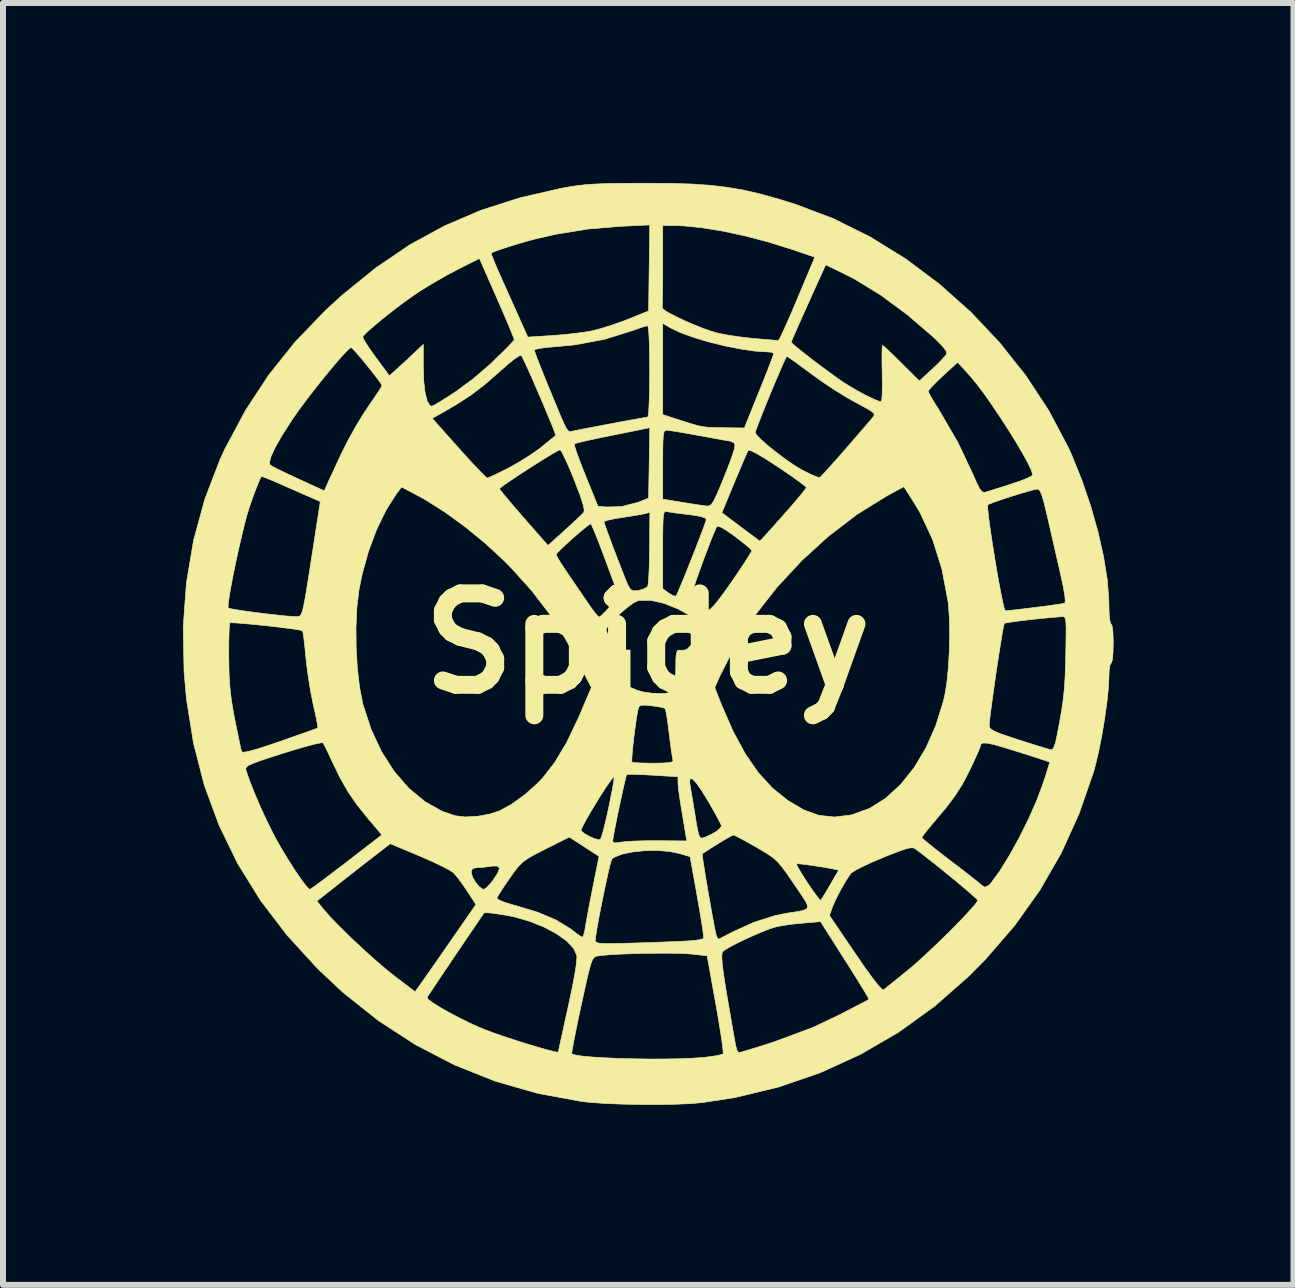
<source format=kicad_pcb>
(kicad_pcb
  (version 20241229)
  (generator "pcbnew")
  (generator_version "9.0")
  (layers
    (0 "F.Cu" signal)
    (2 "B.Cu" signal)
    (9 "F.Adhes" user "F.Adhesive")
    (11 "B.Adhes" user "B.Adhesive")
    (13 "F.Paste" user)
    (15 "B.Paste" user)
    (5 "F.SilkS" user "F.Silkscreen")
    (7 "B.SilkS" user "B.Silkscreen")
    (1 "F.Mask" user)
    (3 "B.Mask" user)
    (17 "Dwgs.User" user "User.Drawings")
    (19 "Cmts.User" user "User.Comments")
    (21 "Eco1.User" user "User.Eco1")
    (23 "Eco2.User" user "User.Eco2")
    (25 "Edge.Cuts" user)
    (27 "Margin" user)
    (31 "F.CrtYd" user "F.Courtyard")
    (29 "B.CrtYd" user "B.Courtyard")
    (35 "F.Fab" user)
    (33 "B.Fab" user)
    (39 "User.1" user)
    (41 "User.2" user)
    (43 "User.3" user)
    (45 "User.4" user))
  (footprint "Spidey"
    (layer "F.Cu")
    (at 7.745 7.678)
    (property "Reference" "Spidey" (at 0 0 0) (layer "F.SilkS") (effects (font (size 1.524 1.524) (thickness 0.3))))
    (attr through_hole)
    (fp_poly (pts (xy 0.389 -7.671) (xy 0.74 -7.66) (xy 1.049 -7.639) (xy 1.333 -7.605) (xy 1.606 -7.558) (xy 1.885 -7.493) (xy 2.186 -7.409) (xy 2.466 -7.322) (xy 3.097 -7.084) (xy 3.711 -6.779) (xy 4.302 -6.414) (xy 4.863 -5.994) (xy 5.39 -5.525) (xy 5.874 -5.012) (xy 6.31 -4.462) (xy 6.692 -3.88) (xy 7.014 -3.271) (xy 7.078 -3.129) (xy 7.244 -2.716) (xy 7.39 -2.288) (xy 7.511 -1.859) (xy 7.604 -1.444) (xy 7.666 -1.058) (xy 7.692 -0.715) (xy 7.692 -0.662) (xy 7.696 -0.503) (xy 7.707 -0.389) (xy 7.722 -0.331) (xy 7.729 -0.327) (xy 7.746 -0.292) (xy 7.759 -0.197) (xy 7.765 -0.054) (xy 7.765 0) (xy 7.761 0.156) (xy 7.751 0.268) (xy 7.735 0.323) (xy 7.729 0.327) (xy 7.71 0.36) (xy 7.697 0.448) (xy 7.693 0.557) (xy 7.684 0.745) (xy 7.659 0.983) (xy 7.622 1.251) (xy 7.575 1.529) (xy 7.523 1.795) (xy 7.467 2.031) (xy 7.439 2.135) (xy 7.196 2.836) (xy 6.898 3.494) (xy 6.54 4.115) (xy 6.121 4.703) (xy 5.636 5.264) (xy 5.347 5.555) (xy 4.784 6.05) (xy 4.184 6.482) (xy 3.549 6.851) (xy 2.881 7.156) (xy 2.182 7.396) (xy 1.455 7.571) (xy 0.908 7.655) (xy 0.713 7.672) (xy 0.465 7.682) (xy 0.18 7.687) (xy -0.121 7.686) (xy -0.422 7.68) (xy -0.703 7.669) (xy -0.946 7.652) (xy -1.101 7.635) (xy -1.833 7.5) (xy -2.539 7.297) (xy -3.216 7.027) (xy -3.598 6.829) (xy -1.264 6.829) (xy -1.264 6.84) (xy -1.208 6.86) (xy -1.091 6.879) (xy -0.923 6.894) (xy -0.715 6.907) (xy -0.478 6.918) (xy -0.223 6.924) (xy 0.038 6.928) (xy 0.296 6.927) (xy 0.539 6.923) (xy 0.756 6.914) (xy 0.937 6.901) (xy 0.973 6.897) (xy 1.105 6.879) (xy 1.207 6.86) (xy 1.259 6.844) (xy 1.261 6.843) (xy 1.261 6.802) (xy 1.25 6.7) (xy 1.228 6.548) (xy 1.198 6.356) (xy 1.161 6.134) (xy 1.139 6.013) (xy 1 5.239) (xy 1.239 5.239) (xy 1.245 5.326) (xy 1.259 5.447) (xy 1.282 5.609) (xy 1.316 5.819) (xy 1.361 6.083) (xy 1.417 6.407) (xy 1.47 6.704) (xy 1.493 6.784) (xy 1.521 6.821) (xy 1.523 6.822) (xy 1.567 6.811) (xy 1.667 6.781) (xy 1.812 6.737) (xy 1.99 6.681) (xy 2.127 6.636) (xy 2.748 6.405) (xy 3.191 6.196) (xy 3.362 6.107) (xy 3.508 6.031) (xy 3.619 5.973) (xy 3.682 5.939) (xy 3.693 5.933) (xy 3.678 5.901) (xy 3.629 5.818) (xy 3.551 5.691) (xy 3.452 5.53) (xy 3.335 5.345) (xy 3.294 5.281) (xy 2.885 4.637) (xy 2.594 4.662) (xy 2.43 4.678) (xy 2.27 4.7) (xy 2.148 4.722) (xy 2.141 4.724) (xy 2.04 4.756) (xy 1.897 4.812) (xy 1.733 4.883) (xy 1.567 4.96) (xy 1.418 5.035) (xy 1.306 5.098) (xy 1.266 5.125) (xy 1.25 5.145) (xy 1.241 5.181) (xy 1.239 5.239) (xy 1 5.239) (xy 0.995 5.207) (xy 0.724 5.177) (xy 0.602 5.169) (xy 0.43 5.165) (xy 0.224 5.164) (xy -0.00044 5.166) (xy -0.228 5.171) (xy -0.442 5.179) (xy -0.627 5.189) (xy -0.768 5.201) (xy -0.838 5.211) (xy -0.869 5.22) (xy -0.895 5.239) (xy -0.919 5.277) (xy -0.944 5.342) (xy -0.972 5.443) (xy -1.008 5.589) (xy -1.052 5.789) (xy -1.105 6.029) (xy -1.154 6.259) (xy -1.196 6.464) (xy -1.23 6.635) (xy -1.253 6.76) (xy -1.264 6.829) (xy -3.598 6.829) (xy -3.865 6.691) (xy -4.484 6.289) (xy -4.973 5.9) (xy -3.675 5.9) (xy -3.655 5.933) (xy -3.581 5.989) (xy -3.464 6.063) (xy -3.317 6.147) (xy -3.151 6.235) (xy -2.978 6.321) (xy -2.809 6.398) (xy -2.704 6.441) (xy -2.565 6.493) (xy -2.398 6.551) (xy -2.215 6.611) (xy -2.029 6.67) (xy -1.852 6.723) (xy -1.697 6.768) (xy -1.577 6.799) (xy -1.504 6.814) (xy -1.488 6.812) (xy -1.48 6.776) (xy -1.459 6.679) (xy -1.427 6.532) (xy -1.386 6.346) (xy -1.339 6.131) (xy -1.323 6.059) (xy -1.261 5.768) (xy -1.215 5.53) (xy -1.187 5.351) (xy -1.177 5.233) (xy -1.179 5.199) (xy -1.234 5.08) (xy -1.351 4.957) (xy -1.365 4.947) (xy -0.871 4.947) (xy -0.867 4.969) (xy -0.851 4.985) (xy -0.812 4.996) (xy -0.743 5.002) (xy -0.633 5.003) (xy -0.474 5.001) (xy -0.257 4.995) (xy -0.1 4.99) (xy 0.138 4.982) (xy 0.358 4.974) (xy 0.547 4.966) (xy 0.694 4.958) (xy 0.784 4.951) (xy 0.796 4.95) (xy 0.884 4.935) (xy 0.934 4.92) (xy 0.936 4.918) (xy 0.935 4.879) (xy 0.922 4.78) (xy 0.9 4.633) (xy 0.869 4.448) (xy 0.832 4.237) (xy 0.831 4.228) (xy 0.71 3.554) (xy 0.549 3.506) (xy 0.913 3.506) (xy 0.915 3.542) (xy 0.928 3.637) (xy 0.95 3.775) (xy 0.977 3.945) (xy 1.009 4.132) (xy 1.043 4.324) (xy 1.075 4.507) (xy 1.105 4.667) (xy 1.129 4.791) (xy 1.146 4.866) (xy 1.148 4.873) (xy 1.174 4.923) (xy 1.191 4.928) (xy 1.234 4.906) (xy 1.321 4.861) (xy 1.414 4.812) (xy 1.768 4.651) (xy 2.119 4.539) (xy 2.137 4.535) (xy 3.034 4.535) (xy 3.464 5.17) (xy 3.622 5.399) (xy 3.751 5.577) (xy 3.847 5.7) (xy 3.91 5.766) (xy 3.934 5.776) (xy 3.975 5.743) (xy 4.061 5.674) (xy 4.181 5.578) (xy 4.321 5.463) (xy 4.36 5.432) (xy 4.482 5.328) (xy 4.627 5.196) (xy 4.786 5.047) (xy 4.949 4.889) (xy 5.108 4.731) (xy 5.252 4.583) (xy 5.372 4.454) (xy 5.459 4.354) (xy 5.505 4.292) (xy 5.508 4.286) (xy 5.484 4.257) (xy 5.413 4.191) (xy 5.305 4.098) (xy 5.171 3.985) (xy 5.02 3.861) (xy 4.864 3.734) (xy 4.711 3.613) (xy 4.573 3.505) (xy 4.46 3.42) (xy 4.425 3.406) (xy 4.371 3.409) (xy 4.287 3.43) (xy 4.162 3.475) (xy 3.985 3.544) (xy 3.92 3.571) (xy 3.744 3.646) (xy 3.589 3.718) (xy 3.47 3.78) (xy 3.4 3.824) (xy 3.39 3.833) (xy 3.313 3.948) (xy 3.225 4.099) (xy 3.144 4.255) (xy 3.086 4.386) (xy 3.081 4.399) (xy 3.034 4.535) (xy 2.137 4.535) (xy 2.31 4.499) (xy 2.479 4.473) (xy 2.594 4.452) (xy 2.656 4.424) (xy 2.671 4.379) (xy 2.639 4.304) (xy 2.565 4.19) (xy 2.452 4.024) (xy 2.444 4.012) (xy 2.331 3.846) (xy 2.244 3.727) (xy 2.198 3.673) (xy 2.483 3.673) (xy 2.495 3.708) (xy 2.539 3.786) (xy 2.604 3.891) (xy 2.68 4.008) (xy 2.757 4.121) (xy 2.824 4.213) (xy 2.872 4.271) (xy 2.886 4.282) (xy 2.908 4.253) (xy 2.956 4.175) (xy 3.021 4.065) (xy 3.042 4.03) (xy 3.187 3.778) (xy 3.09 3.758) (xy 2.972 3.736) (xy 2.835 3.714) (xy 2.699 3.694) (xy 2.582 3.679) (xy 2.505 3.672) (xy 2.483 3.673) (xy 2.198 3.673) (xy 2.169 3.639) (xy 2.091 3.569) (xy 1.995 3.504) (xy 1.868 3.428) (xy 1.814 3.396) (xy 1.67 3.315) (xy 1.55 3.249) (xy 1.523 3.235) (xy 4.573 3.235) (xy 4.6 3.264) (xy 4.676 3.328) (xy 4.791 3.421) (xy 4.936 3.534) (xy 5.063 3.631) (xy 5.227 3.756) (xy 5.369 3.866) (xy 5.481 3.955) (xy 5.553 4.014) (xy 5.574 4.034) (xy 5.625 4.063) (xy 5.693 4.031) (xy 5.722 4) (xy 5.875 3.79) (xy 6.037 3.528) (xy 6.2 3.233) (xy 6.354 2.923) (xy 6.489 2.617) (xy 6.589 2.349) (xy 6.639 2.199) (xy 6.677 2.077) (xy 6.7 1.999) (xy 6.704 1.976) (xy 6.668 1.964) (xy 6.575 1.933) (xy 6.437 1.888) (xy 6.265 1.833) (xy 6.159 1.8) (xy 5.936 1.731) (xy 5.773 1.685) (xy 5.662 1.662) (xy 5.594 1.659) (xy 5.56 1.676) (xy 5.552 1.705) (xy 5.537 1.749) (xy 5.497 1.843) (xy 5.437 1.974) (xy 5.371 2.114) (xy 5.255 2.338) (xy 5.128 2.538) (xy 4.973 2.743) (xy 4.882 2.851) (xy 4.767 2.987) (xy 4.671 3.103) (xy 4.604 3.189) (xy 4.573 3.232) (xy 4.573 3.235) (xy 1.523 3.235) (xy 1.465 3.206) (xy 1.433 3.193) (xy 1.392 3.211) (xy 1.306 3.26) (xy 1.192 3.328) (xy 1.065 3.407) (xy 0.941 3.488) (xy 0.913 3.506) (xy 0.549 3.506) (xy 0.53 3.501) (xy 0.358 3.466) (xy 0.159 3.451) (xy -0.05 3.455) (xy -0.25 3.476) (xy -0.423 3.512) (xy -0.552 3.563) (xy -0.593 3.592) (xy -0.609 3.635) (xy -0.635 3.735) (xy -0.668 3.878) (xy -0.706 4.052) (xy -0.745 4.242) (xy -0.784 4.434) (xy -0.818 4.614) (xy -0.846 4.77) (xy -0.864 4.886) (xy -0.871 4.947) (xy -1.365 4.947) (xy -1.518 4.838) (xy -1.725 4.728) (xy -1.961 4.633) (xy -2.216 4.559) (xy -2.334 4.535) (xy -2.489 4.51) (xy -2.617 4.493) (xy -2.701 4.489) (xy -2.725 4.493) (xy -2.75 4.528) (xy -2.808 4.613) (xy -2.893 4.738) (xy -2.997 4.891) (xy -3.113 5.063) (xy -3.235 5.242) (xy -3.354 5.419) (xy -3.464 5.583) (xy -3.558 5.724) (xy -3.629 5.83) (xy -3.67 5.892) (xy -3.675 5.9) (xy -4.973 5.9) (xy -5.071 5.823) (xy -5.497 5.423) (xy -6.01 4.862) (xy -6.443 4.294) (xy -5.512 4.294) (xy -5.407 4.424) (xy -5.293 4.555) (xy -5.135 4.718) (xy -4.949 4.901) (xy -4.749 5.089) (xy -4.548 5.27) (xy -4.361 5.431) (xy -4.214 5.548) (xy -3.875 5.806) (xy -3.777 5.67) (xy -3.726 5.597) (xy -3.642 5.477) (xy -3.533 5.321) (xy -3.408 5.142) (xy -3.275 4.95) (xy -3.27 4.943) (xy -2.86 4.352) (xy -2.929 4.246) (xy -2.512 4.246) (xy -2.483 4.273) (xy -2.396 4.31) (xy -2.261 4.353) (xy -2.187 4.373) (xy -1.826 4.482) (xy -1.523 4.611) (xy -1.285 4.756) (xy -1.258 4.777) (xy -1.17 4.845) (xy -1.105 4.889) (xy -1.084 4.898) (xy -1.066 4.866) (xy -1.046 4.786) (xy -1.039 4.744) (xy -1.024 4.653) (xy -0.997 4.508) (xy -0.963 4.327) (xy -0.924 4.129) (xy -0.912 4.069) (xy -0.808 3.548) (xy -1.056 3.388) (xy -1.201 3.294) (xy -0.581 3.294) (xy -0.562 3.323) (xy -0.495 3.322) (xy -0.445 3.313) (xy -0.357 3.302) (xy -0.215 3.294) (xy -0.038 3.289) (xy 0.154 3.288) (xy 0.173 3.288) (xy 0.654 3.292) (xy 0.636 3.179) (xy 0.622 3.092) (xy 0.599 2.957) (xy 0.573 2.8) (xy 0.563 2.74) (xy 0.538 2.582) (xy 0.519 2.442) (xy 0.509 2.341) (xy 0.508 2.318) (xy 0.508 2.309) (xy 0.703 2.309) (xy 0.708 2.349) (xy 0.722 2.429) (xy 0.743 2.558) (xy 0.769 2.714) (xy 0.782 2.794) (xy 0.813 2.986) (xy 0.837 3.116) (xy 0.858 3.196) (xy 0.88 3.236) (xy 0.908 3.245) (xy 0.945 3.236) (xy 0.963 3.229) (xy 1.063 3.182) (xy 1.143 3.136) (xy 1.208 3.083) (xy 1.234 3.043) (xy 1.216 3) (xy 1.169 2.909) (xy 1.099 2.782) (xy 1.014 2.632) (xy 1.012 2.63) (xy 0.901 2.449) (xy 0.813 2.325) (xy 0.749 2.259) (xy 0.711 2.253) (xy 0.703 2.309) (xy 0.508 2.309) (xy 0.508 2.222) (xy 0.088 2.196) (xy -0.078 2.187) (xy -0.216 2.182) (xy -0.31 2.181) (xy -0.346 2.185) (xy -0.359 2.224) (xy -0.382 2.319) (xy -0.413 2.455) (xy -0.448 2.617) (xy -0.485 2.79) (xy -0.519 2.958) (xy -0.549 3.108) (xy -0.57 3.223) (xy -0.58 3.288) (xy -0.581 3.294) (xy -1.201 3.294) (xy -1.304 3.228) (xy -1.7 3.426) (xy -1.868 3.512) (xy -1.987 3.579) (xy -2.075 3.641) (xy -2.147 3.711) (xy -2.22 3.803) (xy -2.299 3.915) (xy -2.387 4.043) (xy -2.458 4.152) (xy -2.503 4.225) (xy -2.512 4.246) (xy -2.929 4.246) (xy -3.009 4.123) (xy -3.094 3.999) (xy -3.175 3.891) (xy -3.237 3.821) (xy -3.239 3.819) (xy -3.251 3.811) (xy -2.939 3.811) (xy -2.918 3.891) (xy -2.866 3.982) (xy -2.802 4.059) (xy -2.742 4.099) (xy -2.733 4.1) (xy -2.686 4.073) (xy -2.618 4.003) (xy -2.577 3.95) (xy -2.496 3.827) (xy -2.468 3.75) (xy -2.494 3.713) (xy -2.573 3.71) (xy -2.603 3.714) (xy -2.724 3.73) (xy -2.833 3.737) (xy -2.839 3.737) (xy -2.915 3.751) (xy -2.939 3.801) (xy -2.939 3.811) (xy -3.251 3.811) (xy -3.301 3.778) (xy -3.416 3.718) (xy -3.569 3.644) (xy -3.745 3.566) (xy -3.804 3.541) (xy -4.289 3.338) (xy -4.603 3.581) (xy -4.776 3.715) (xy -4.969 3.866) (xy -5.151 4.009) (xy -5.214 4.059) (xy -5.512 4.294) (xy -6.443 4.294) (xy -6.455 4.278) (xy -6.833 3.668) (xy -7.143 3.03) (xy -7.389 2.362) (xy -7.46 2.085) (xy -6.698 2.085) (xy -6.693 2.114) (xy -6.693 2.115) (xy -6.637 2.28) (xy -6.555 2.488) (xy -6.456 2.719) (xy -6.349 2.951) (xy -6.244 3.164) (xy -6.18 3.284) (xy -6.079 3.459) (xy -5.973 3.632) (xy -5.869 3.794) (xy -5.774 3.931) (xy -5.697 4.035) (xy -5.645 4.092) (xy -5.63 4.1) (xy -5.595 4.079) (xy -5.512 4.019) (xy -5.39 3.929) (xy -5.237 3.813) (xy -5.062 3.68) (xy -5.017 3.645) (xy -4.429 3.191) (xy -4.494 3.113) (xy -1.108 3.113) (xy -1.107 3.12) (xy -1.056 3.167) (xy -0.972 3.215) (xy -0.881 3.254) (xy -0.809 3.271) (xy -0.785 3.265) (xy -0.766 3.22) (xy -0.736 3.118) (xy -0.7 2.972) (xy -0.66 2.796) (xy -0.647 2.737) (xy -0.611 2.557) (xy -0.581 2.404) (xy -0.562 2.291) (xy -0.556 2.231) (xy -0.557 2.225) (xy -0.583 2.245) (xy -0.636 2.316) (xy -0.709 2.423) (xy -0.793 2.554) (xy -0.881 2.697) (xy -0.965 2.837) (xy -1.036 2.962) (xy -1.086 3.058) (xy -1.108 3.113) (xy -4.494 3.113) (xy -4.65 2.929) (xy -4.84 2.693) (xy -4.991 2.475) (xy -5.123 2.245) (xy -5.244 1.996) (xy -5.308 1.857) (xy -5.363 1.744) (xy -5.4 1.672) (xy -5.41 1.656) (xy -5.451 1.657) (xy -5.55 1.678) (xy -5.695 1.716) (xy -5.875 1.768) (xy -6.076 1.83) (xy -6.301 1.903) (xy -6.466 1.958) (xy -6.579 2) (xy -6.649 2.032) (xy -6.686 2.059) (xy -6.698 2.085) (xy -7.46 2.085) (xy -7.569 1.662) (xy -7.686 0.928) (xy -7.726 0.476) (xy -7.733 0.13) (xy -6.981 0.13) (xy -6.981 0.23) (xy -6.976 0.501) (xy -6.962 0.73) (xy -6.937 0.946) (xy -6.898 1.178) (xy -6.88 1.27) (xy -6.843 1.452) (xy -6.81 1.611) (xy -6.785 1.731) (xy -6.769 1.798) (xy -6.767 1.805) (xy -6.736 1.814) (xy -6.654 1.8) (xy -6.517 1.762) (xy -6.319 1.699) (xy -6.129 1.634) (xy -5.93 1.564) (xy -5.756 1.503) (xy -5.618 1.454) (xy -5.528 1.421) (xy -5.496 1.408) (xy -5.499 1.37) (xy -5.516 1.277) (xy -5.544 1.143) (xy -5.573 1.016) (xy -5.615 0.807) (xy -5.654 0.564) (xy -5.686 0.327) (xy -5.697 0.22) (xy -5.713 0.054) (xy -5.729 -0.083) (xy -5.742 -0.176) (xy -5.751 -0.211) (xy -5.793 -0.223) (xy -5.892 -0.239) (xy -6.033 -0.258) (xy -6.154 -0.273) (xy -4.86 -0.273) (xy -4.857 0.075) (xy -4.837 0.42) (xy -4.799 0.738) (xy -4.746 1.008) (xy -4.743 1.018) (xy -4.608 1.431) (xy -4.433 1.805) (xy -4.222 2.135) (xy -3.979 2.414) (xy -3.71 2.637) (xy -3.42 2.799) (xy -3.211 2.871) (xy -3.043 2.892) (xy -2.841 2.882) (xy -2.635 2.845) (xy -2.468 2.791) (xy -2.268 2.682) (xy -2.053 2.527) (xy -1.844 2.342) (xy -1.749 2.244) (xy -1.546 1.982) (xy -1.54 1.973) (xy -0.261 1.973) (xy -0.26 1.978) (xy -0.218 1.986) (xy -0.121 1.992) (xy 0.016 1.995) (xy 0.101 1.996) (xy 0.267 1.993) (xy 0.37 1.985) (xy 0.42 1.97) (xy 0.426 1.95) (xy 0.415 1.897) (xy 0.398 1.789) (xy 0.378 1.642) (xy 0.361 1.506) (xy 0.341 1.343) (xy 0.321 1.208) (xy 0.304 1.116) (xy 0.293 1.084) (xy 0.248 1.068) (xy 0.154 1.05) (xy 0.066 1.039) (xy -0.05 1.028) (xy -0.114 1.032) (xy -0.144 1.057) (xy -0.16 1.111) (xy -0.161 1.116) (xy -0.18 1.219) (xy -0.2 1.357) (xy -0.221 1.513) (xy -0.239 1.669) (xy -0.253 1.81) (xy -0.261 1.917) (xy -0.261 1.973) (xy -1.54 1.973) (xy -1.347 1.649) (xy -1.152 1.242) (xy -1.124 1.177) (xy -0.936 0.734) (xy -1.126 0.365) (xy -1.38 -0.098) (xy -1.465 -0.23) (xy -0.689 -0.23) (xy -0.671 -0.171) (xy -0.625 -0.08) (xy -0.598 -0.036) (xy -0.529 0.058) (xy -0.462 0.101) (xy -0.399 0.109) (xy -0.29 0.109) (xy -0.29 0.729) (xy -0.172 0.78) (xy -0.071 0.809) (xy 0.068 0.828) (xy 0.171 0.833) (xy 0.302 0.83) (xy 0.379 0.815) (xy 0.422 0.784) (xy 0.434 0.764) (xy 0.441 0.736) (xy 1.121 0.736) (xy 1.237 1.03) (xy 1.429 1.469) (xy 1.631 1.841) (xy 1.847 2.153) (xy 2.083 2.411) (xy 2.34 2.618) (xy 2.605 2.774) (xy 2.859 2.865) (xy 3.114 2.893) (xy 3.383 2.861) (xy 3.416 2.853) (xy 3.7 2.75) (xy 3.97 2.581) (xy 4.22 2.352) (xy 4.446 2.069) (xy 4.643 1.739) (xy 4.807 1.368) (xy 5.697 1.368) (xy 5.704 1.402) (xy 5.732 1.433) (xy 5.791 1.466) (xy 5.891 1.507) (xy 6.043 1.559) (xy 6.196 1.609) (xy 6.377 1.667) (xy 6.535 1.716) (xy 6.656 1.753) (xy 6.727 1.772) (xy 6.737 1.774) (xy 6.768 1.744) (xy 6.8 1.66) (xy 6.819 1.578) (xy 6.869 1.318) (xy 6.906 1.106) (xy 6.932 0.922) (xy 6.95 0.745) (xy 6.962 0.555) (xy 6.97 0.33) (xy 6.975 0.091) (xy 6.978 -0.118) (xy 6.979 -0.265) (xy 6.975 -0.361) (xy 6.966 -0.417) (xy 6.95 -0.442) (xy 6.927 -0.449) (xy 6.912 -0.448) (xy 6.726 -0.432) (xy 6.533 -0.414) (xy 6.346 -0.393) (xy 6.181 -0.373) (xy 6.05 -0.355) (xy 5.968 -0.34) (xy 5.948 -0.333) (xy 5.937 -0.292) (xy 5.918 -0.191) (xy 5.894 -0.043) (xy 5.865 0.139) (xy 5.833 0.345) (xy 5.801 0.56) (xy 5.771 0.773) (xy 5.743 0.972) (xy 5.72 1.144) (xy 5.704 1.276) (xy 5.697 1.357) (xy 5.697 1.368) (xy 4.807 1.368) (xy 4.807 1.366) (xy 4.934 0.958) (xy 4.958 0.853) (xy 4.991 0.652) (xy 5.016 0.401) (xy 5.032 0.122) (xy 5.037 -0.162) (xy 5.032 -0.429) (xy 5.016 -0.657) (xy 5.011 -0.697) (xy 4.909 -1.238) (xy 4.755 -1.729) (xy 4.547 -2.175) (xy 4.491 -2.269) (xy 5.671 -2.269) (xy 5.68 -2.169) (xy 5.698 -2.021) (xy 5.724 -1.839) (xy 5.755 -1.633) (xy 5.79 -1.416) (xy 5.826 -1.2) (xy 5.862 -0.997) (xy 5.896 -0.818) (xy 5.926 -0.675) (xy 5.949 -0.58) (xy 5.965 -0.544) (xy 5.965 -0.544) (xy 6.014 -0.549) (xy 6.119 -0.56) (xy 6.266 -0.577) (xy 6.44 -0.599) (xy 6.457 -0.601) (xy 6.634 -0.623) (xy 6.785 -0.644) (xy 6.896 -0.66) (xy 6.952 -0.67) (xy 6.954 -0.671) (xy 6.965 -0.706) (xy 6.957 -0.801) (xy 6.929 -0.958) (xy 6.881 -1.181) (xy 6.872 -1.222) (xy 6.818 -1.455) (xy 6.761 -1.705) (xy 6.706 -1.945) (xy 6.66 -2.146) (xy 6.654 -2.168) (xy 6.61 -2.351) (xy 6.574 -2.473) (xy 6.543 -2.544) (xy 6.514 -2.572) (xy 6.501 -2.574) (xy 6.441 -2.563) (xy 6.333 -2.534) (xy 6.196 -2.493) (xy 6.046 -2.446) (xy 5.901 -2.399) (xy 5.779 -2.356) (xy 5.698 -2.325) (xy 5.674 -2.312) (xy 5.671 -2.269) (xy 4.491 -2.269) (xy 4.439 -2.356) (xy 4.274 -2.614) (xy 3.983 -2.456) (xy 3.496 -2.154) (xy 3.024 -1.794) (xy 2.575 -1.386) (xy 2.16 -0.939) (xy 1.789 -0.465) (xy 1.47 0.027) (xy 1.215 0.525) (xy 1.212 0.531) (xy 1.121 0.736) (xy 0.441 0.736) (xy 0.452 0.696) (xy 0.465 0.578) (xy 0.471 0.433) (xy 0.472 0.399) (xy 0.473 0.253) (xy 0.481 0.165) (xy 0.497 0.122) (xy 0.524 0.11) (xy 0.535 0.111) (xy 0.609 0.113) (xy 0.665 0.092) (xy 0.718 0.036) (xy 0.786 -0.068) (xy 0.809 -0.107) (xy 0.938 -0.323) (xy 0.768 -0.432) (xy 0.517 -0.572) (xy 0.276 -0.669) (xy 0.056 -0.719) (xy -0.131 -0.717) (xy -0.165 -0.71) (xy -0.236 -0.675) (xy -0.333 -0.604) (xy -0.442 -0.512) (xy -0.547 -0.413) (xy -0.632 -0.322) (xy -0.682 -0.252) (xy -0.689 -0.23) (xy -1.465 -0.23) (xy -1.645 -0.508) (xy -1.935 -0.886) (xy -2.264 -1.251) (xy -2.391 -1.38) (xy -2.502 -1.483) (xy -1.524 -1.483) (xy -1.505 -1.441) (xy -1.453 -1.354) (xy -1.377 -1.238) (xy -1.331 -1.17) (xy -1.222 -1.01) (xy -1.106 -0.84) (xy -1.004 -0.69) (xy -0.985 -0.662) (xy -0.909 -0.554) (xy -0.846 -0.475) (xy -0.809 -0.44) (xy -0.806 -0.439) (xy -0.77 -0.466) (xy -0.702 -0.533) (xy -0.628 -0.613) (xy -0.483 -0.774) (xy 0.726 -0.774) (xy 0.756 -0.696) (xy 0.832 -0.618) (xy 0.928 -0.562) (xy 0.998 -0.547) (xy 1.042 -0.567) (xy 1.108 -0.632) (xy 1.201 -0.747) (xy 1.324 -0.916) (xy 1.406 -1.033) (xy 1.519 -1.198) (xy 1.615 -1.343) (xy 1.688 -1.457) (xy 1.731 -1.529) (xy 1.739 -1.549) (xy 1.711 -1.582) (xy 1.637 -1.646) (xy 1.529 -1.731) (xy 1.458 -1.785) (xy 1.316 -1.885) (xy 1.221 -1.941) (xy 1.168 -1.954) (xy 1.153 -1.944) (xy 1.12 -1.872) (xy 1.07 -1.752) (xy 1.01 -1.597) (xy 0.944 -1.423) (xy 0.879 -1.244) (xy 0.819 -1.076) (xy 0.77 -0.931) (xy 0.737 -0.826) (xy 0.726 -0.774) (xy -0.483 -0.774) (xy -0.476 -0.783) (xy -0.701 -1.389) (xy -0.774 -1.584) (xy -0.839 -1.753) (xy -0.893 -1.885) (xy -0.93 -1.969) (xy -0.946 -1.996) (xy -0.984 -1.973) (xy -1.06 -1.913) (xy -1.16 -1.829) (xy -1.27 -1.733) (xy -1.375 -1.637) (xy -1.461 -1.555) (xy -1.514 -1.499) (xy -1.524 -1.483) (xy -2.502 -1.483) (xy -2.697 -1.664) (xy -3.03 -1.937) (xy -3.37 -2.185) (xy -3.697 -2.392) (xy -3.819 -2.46) (xy -4.045 -2.58) (xy -2.467 -2.58) (xy -2.445 -2.546) (xy -2.382 -2.468) (xy -2.286 -2.353) (xy -2.166 -2.213) (xy -2.063 -2.095) (xy -1.659 -1.634) (xy -1.379 -1.887) (xy -1.258 -1.997) (xy -1.223 -2.03) (xy -0.726 -2.03) (xy -0.713 -1.987) (xy -0.68 -1.892) (xy -0.631 -1.758) (xy -0.572 -1.6) (xy -0.508 -1.432) (xy -0.445 -1.269) (xy -0.388 -1.125) (xy -0.343 -1.014) (xy -0.322 -0.967) (xy -0.281 -0.898) (xy -0.227 -0.877) (xy -0.15 -0.884) (xy -0.058 -0.91) (xy 0.000118 -0.944) (xy 0.003 -0.948) (xy 0.012 -0.998) (xy 0.021 -1.107) (xy 0.028 -1.262) (xy 0.033 -1.45) (xy 0.034 -1.566) (xy 0.254 -1.566) (xy 0.254 -0.913) (xy 0.354 -0.84) (xy 0.427 -0.797) (xy 0.473 -0.789) (xy 0.476 -0.792) (xy 0.496 -0.832) (xy 0.538 -0.929) (xy 0.597 -1.07) (xy 0.668 -1.246) (xy 0.739 -1.425) (xy 0.817 -1.622) (xy 0.883 -1.796) (xy 0.936 -1.936) (xy 0.969 -2.029) (xy 0.98 -2.066) (xy 0.959 -2.093) (xy 0.889 -2.117) (xy 0.764 -2.139) (xy 0.599 -2.159) (xy 0.471 -2.175) (xy 0.436 -2.18) (xy 1.24 -2.18) (xy 1.554 -1.944) (xy 1.682 -1.848) (xy 1.786 -1.771) (xy 1.853 -1.721) (xy 1.874 -1.706) (xy 1.898 -1.732) (xy 1.963 -1.802) (xy 2.059 -1.909) (xy 2.179 -2.042) (xy 2.264 -2.138) (xy 2.394 -2.286) (xy 2.506 -2.417) (xy 2.59 -2.519) (xy 2.639 -2.584) (xy 2.648 -2.6) (xy 2.618 -2.63) (xy 2.539 -2.692) (xy 2.419 -2.778) (xy 2.27 -2.881) (xy 2.176 -2.944) (xy 1.967 -3.08) (xy 1.814 -3.17) (xy 1.718 -3.216) (xy 1.678 -3.217) (xy 1.655 -3.17) (xy 1.611 -3.069) (xy 1.55 -2.926) (xy 1.478 -2.756) (xy 1.446 -2.678) (xy 1.24 -2.18) (xy 0.436 -2.18) (xy 0.365 -2.191) (xy 0.318 -2.201) (xy 0.295 -2.202) (xy 0.278 -2.186) (xy 0.267 -2.142) (xy 0.26 -2.062) (xy 0.256 -1.936) (xy 0.254 -1.754) (xy 0.254 -1.566) (xy 0.034 -1.566) (xy 0.035 -1.589) (xy 0.039 -2.186) (xy -0.044 -2.164) (xy -0.118 -2.149) (xy -0.241 -2.128) (xy -0.389 -2.105) (xy -0.426 -2.1) (xy -0.563 -2.077) (xy -0.667 -2.054) (xy -0.721 -2.035) (xy -0.726 -2.03) (xy -1.223 -2.03) (xy -1.155 -2.093) (xy -1.085 -2.161) (xy -1.062 -2.186) (xy -1.055 -2.23) (xy -1.075 -2.32) (xy -1.121 -2.463) (xy -1.197 -2.663) (xy -1.223 -2.731) (xy -1.295 -2.906) (xy -1.361 -3.054) (xy -1.413 -3.163) (xy -1.448 -3.222) (xy -1.456 -3.229) (xy -1.498 -3.211) (xy -1.587 -3.161) (xy -1.709 -3.087) (xy -1.852 -2.997) (xy -2.005 -2.9) (xy -2.154 -2.803) (xy -2.287 -2.714) (xy -2.391 -2.642) (xy -2.454 -2.594) (xy -2.467 -2.58) (xy -4.045 -2.58) (xy -4.099 -2.609) (xy -4.187 -2.493) (xy -4.358 -2.225) (xy -4.515 -1.902) (xy -4.65 -1.541) (xy -4.757 -1.157) (xy -4.81 -0.893) (xy -4.845 -0.603) (xy -4.86 -0.273) (xy -6.154 -0.273) (xy -6.202 -0.279) (xy -6.383 -0.299) (xy -6.562 -0.317) (xy -6.724 -0.332) (xy -6.855 -0.342) (xy -6.939 -0.346) (xy -6.963 -0.343) (xy -6.97 -0.301) (xy -6.976 -0.199) (xy -6.98 -0.051) (xy -6.981 0.13) (xy -7.733 0.13) (xy -7.74 -0.278) (xy -7.717 -0.601) (xy -6.993 -0.601) (xy -6.99 -0.592) (xy -6.947 -0.579) (xy -6.847 -0.561) (xy -6.705 -0.54) (xy -6.537 -0.517) (xy -6.358 -0.495) (xy -6.184 -0.475) (xy -6.028 -0.459) (xy -5.908 -0.45) (xy -5.842 -0.448) (xy -5.815 -0.451) (xy -5.792 -0.462) (xy -5.772 -0.49) (xy -5.753 -0.541) (xy -5.733 -0.624) (xy -5.709 -0.748) (xy -5.68 -0.92) (xy -5.644 -1.148) (xy -5.603 -1.41) (xy -5.455 -2.366) (xy -5.603 -2.431) (xy -5.702 -2.474) (xy -5.843 -2.536) (xy -6.005 -2.607) (xy -6.092 -2.646) (xy -6.233 -2.708) (xy -6.348 -2.755) (xy -6.42 -2.782) (xy -6.438 -2.786) (xy -6.474 -2.71) (xy -6.526 -2.581) (xy -6.587 -2.417) (xy -6.639 -2.268) (xy -6.677 -2.145) (xy -6.72 -1.981) (xy -6.767 -1.788) (xy -6.816 -1.576) (xy -6.863 -1.358) (xy -6.907 -1.147) (xy -6.944 -0.953) (xy -6.972 -0.79) (xy -6.99 -0.668) (xy -6.993 -0.601) (xy -7.717 -0.601) (xy -7.687 -1.011) (xy -7.567 -1.722) (xy -7.38 -2.407) (xy -7.146 -3.017) (xy -6.303 -3.017) (xy -6.291 -2.976) (xy -6.248 -2.95) (xy -6.152 -2.9) (xy -6.016 -2.835) (xy -5.855 -2.759) (xy -5.824 -2.745) (xy -5.388 -2.545) (xy -5.337 -2.661) (xy -5.302 -2.738) (xy -5.243 -2.864) (xy -5.171 -3.021) (xy -5.093 -3.187) (xy -4.99 -3.391) (xy -4.867 -3.612) (xy -4.782 -3.753) (xy -3.589 -3.753) (xy -3.146 -3.256) (xy -3.004 -3.098) (xy -2.877 -2.961) (xy -2.774 -2.853) (xy -2.703 -2.783) (xy -2.673 -2.758) (xy -2.63 -2.774) (xy -2.537 -2.816) (xy -2.411 -2.878) (xy -2.312 -2.928) (xy -2.14 -3.025) (xy -1.962 -3.135) (xy -1.809 -3.242) (xy -1.762 -3.279) (xy -1.703 -3.328) (xy -1.22 -3.328) (xy -1.214 -3.289) (xy -1.185 -3.195) (xy -1.135 -3.059) (xy -1.071 -2.892) (xy -1.033 -2.799) (xy -0.827 -2.29) (xy -0.695 -2.276) (xy -0.438 -2.281) (xy -0.171 -2.35) (xy -0.145 -2.359) (xy 0.018 -2.423) (xy 0.028 -2.982) (xy 0.254 -2.982) (xy 0.254 -2.407) (xy 0.59 -2.351) (xy 0.746 -2.326) (xy 0.883 -2.306) (xy 0.978 -2.293) (xy 1.003 -2.291) (xy 1.037 -2.297) (xy 1.07 -2.325) (xy 1.109 -2.386) (xy 1.158 -2.489) (xy 1.223 -2.643) (xy 1.287 -2.8) (xy 1.368 -3.006) (xy 1.421 -3.155) (xy 1.451 -3.255) (xy 1.458 -3.315) (xy 1.445 -3.343) (xy 1.445 -3.343) (xy 1.39 -3.371) (xy 1.375 -3.374) (xy 1.334 -3.381) (xy 1.234 -3.398) (xy 1.091 -3.424) (xy 0.918 -3.456) (xy 0.867 -3.465) (xy 0.684 -3.498) (xy 0.583 -3.516) (xy 1.796 -3.516) (xy 1.824 -3.47) (xy 1.9 -3.393) (xy 2.01 -3.296) (xy 2.143 -3.19) (xy 2.285 -3.083) (xy 2.424 -2.986) (xy 2.547 -2.909) (xy 2.59 -2.885) (xy 2.712 -2.825) (xy 2.81 -2.783) (xy 2.865 -2.765) (xy 2.87 -2.766) (xy 2.902 -2.795) (xy 2.973 -2.871) (xy 3.074 -2.983) (xy 3.198 -3.123) (xy 3.309 -3.249) (xy 3.447 -3.409) (xy 3.571 -3.552) (xy 3.672 -3.67) (xy 3.741 -3.751) (xy 3.767 -3.782) (xy 3.781 -3.812) (xy 3.768 -3.843) (xy 3.717 -3.883) (xy 3.618 -3.94) (xy 3.478 -4.015) (xy 3.313 -4.107) (xy 3.116 -4.229) (xy 2.914 -4.364) (xy 2.741 -4.488) (xy 2.594 -4.597) (xy 2.469 -4.689) (xy 2.376 -4.754) (xy 2.327 -4.787) (xy 2.322 -4.789) (xy 2.304 -4.757) (xy 2.264 -4.671) (xy 2.208 -4.542) (xy 2.14 -4.384) (xy 2.067 -4.209) (xy 1.994 -4.031) (xy 1.925 -3.86) (xy 1.866 -3.711) (xy 1.822 -3.596) (xy 1.799 -3.528) (xy 1.796 -3.516) (xy 0.583 -3.516) (xy 0.522 -3.526) (xy 0.397 -3.546) (xy 0.325 -3.555) (xy 0.318 -3.556) (xy 0.294 -3.55) (xy 0.276 -3.526) (xy 0.265 -3.474) (xy 0.258 -3.382) (xy 0.255 -3.241) (xy 0.254 -3.041) (xy 0.254 -2.982) (xy 0.028 -2.982) (xy 0.028 -3.01) (xy 0.038 -3.598) (xy -0.063 -3.577) (xy -0.134 -3.562) (xy -0.26 -3.537) (xy -0.426 -3.503) (xy -0.615 -3.465) (xy -0.682 -3.452) (xy -0.867 -3.413) (xy -1.025 -3.379) (xy -1.145 -3.351) (xy -1.211 -3.332) (xy -1.22 -3.328) (xy -1.703 -3.328) (xy -1.657 -3.365) (xy -1.576 -3.431) (xy -1.533 -3.466) (xy -1.53 -3.468) (xy -1.54 -3.502) (xy -1.573 -3.591) (xy -1.626 -3.721) (xy -1.693 -3.881) (xy -1.768 -4.059) (xy -1.847 -4.241) (xy -1.923 -4.417) (xy -1.993 -4.573) (xy -2.05 -4.698) (xy -2.09 -4.779) (xy -2.104 -4.804) (xy -2.142 -4.793) (xy -2.223 -4.739) (xy -2.335 -4.649) (xy -2.466 -4.533) (xy -2.706 -4.323) (xy -2.936 -4.147) (xy -3.183 -3.986) (xy -3.4 -3.859) (xy -3.589 -3.753) (xy -4.782 -3.753) (xy -4.741 -3.82) (xy -4.664 -3.937) (xy -4.57 -4.074) (xy -4.493 -4.189) (xy -4.443 -4.268) (xy -4.427 -4.3) (xy -4.448 -4.339) (xy -4.505 -4.418) (xy -4.586 -4.523) (xy -4.679 -4.639) (xy -4.772 -4.753) (xy -4.855 -4.849) (xy -4.916 -4.914) (xy -4.942 -4.935) (xy -4.981 -4.907) (xy -5.056 -4.831) (xy -5.159 -4.716) (xy -5.281 -4.572) (xy -5.415 -4.409) (xy -5.553 -4.235) (xy -5.687 -4.061) (xy -5.809 -3.897) (xy -5.911 -3.751) (xy -5.934 -3.717) (xy -6.092 -3.47) (xy -6.206 -3.27) (xy -6.277 -3.118) (xy -6.303 -3.017) (xy -7.146 -3.017) (xy -7.128 -3.064) (xy -7.043 -3.248) (xy -6.703 -3.884) (xy -6.316 -4.474) (xy -5.875 -5.026) (xy -5.792 -5.112) (xy -4.747 -5.112) (xy -4.732 -5.071) (xy -4.681 -4.986) (xy -4.603 -4.871) (xy -4.532 -4.772) (xy -4.303 -4.464) (xy -4.193 -4.563) (xy -4.105 -4.642) (xy -3.993 -4.746) (xy -3.91 -4.824) (xy -3.737 -4.987) (xy -3.737 -4.597) (xy -3.73 -4.369) (xy -3.708 -4.183) (xy -3.675 -4.047) (xy -3.631 -3.97) (xy -3.598 -3.955) (xy -3.556 -3.974) (xy -3.466 -4.026) (xy -3.343 -4.103) (xy -3.197 -4.198) (xy -3.188 -4.204) (xy -2.91 -4.409) (xy -2.618 -4.66) (xy -2.381 -4.892) (xy -1.887 -4.892) (xy -1.874 -4.848) (xy -1.838 -4.75) (xy -1.784 -4.611) (xy -1.717 -4.443) (xy -1.691 -4.379) (xy -1.583 -4.117) (xy -1.499 -3.915) (xy -1.436 -3.764) (xy -1.389 -3.658) (xy -1.354 -3.59) (xy -1.327 -3.551) (xy -1.305 -3.534) (xy -1.284 -3.532) (xy -1.26 -3.538) (xy -1.256 -3.539) (xy -1.195 -3.551) (xy -1.077 -3.575) (xy -0.916 -3.606) (xy -0.726 -3.642) (xy -0.605 -3.665) (xy -0.408 -3.702) (xy -0.236 -3.733) (xy -0.102 -3.757) (xy -0.018 -3.771) (xy 0.003 -3.774) (xy 0.013 -3.808) (xy 0.014 -3.816) (xy 0.254 -3.816) (xy 0.535 -3.725) (xy 0.703 -3.671) (xy 0.826 -3.635) (xy 0.928 -3.614) (xy 1.032 -3.603) (xy 1.163 -3.599) (xy 1.288 -3.597) (xy 1.615 -3.593) (xy 1.86 -4.201) (xy 1.939 -4.397) (xy 2.007 -4.569) (xy 2.06 -4.707) (xy 2.094 -4.8) (xy 2.105 -4.835) (xy 2.073 -4.854) (xy 1.995 -4.862) (xy 1.987 -4.862) (xy 1.784 -4.875) (xy 1.543 -4.911) (xy 1.28 -4.963) (xy 1.038 -5.024) (xy 2.395 -5.024) (xy 2.422 -4.994) (xy 2.497 -4.93) (xy 2.607 -4.842) (xy 2.74 -4.738) (xy 2.886 -4.628) (xy 3.031 -4.521) (xy 3.164 -4.424) (xy 3.274 -4.348) (xy 3.316 -4.322) (xy 3.474 -4.227) (xy 3.629 -4.143) (xy 3.764 -4.077) (xy 3.862 -4.038) (xy 3.895 -4.03) (xy 3.905 -4.063) (xy 3.912 -4.155) (xy 3.913 -4.204) (xy 4.681 -4.204) (xy 4.7 -4.159) (xy 4.749 -4.071) (xy 4.821 -3.955) (xy 4.847 -3.915) (xy 5.176 -3.35) (xy 5.426 -2.82) (xy 5.491 -2.672) (xy 5.538 -2.58) (xy 5.575 -2.533) (xy 5.61 -2.519) (xy 5.638 -2.524) (xy 5.704 -2.544) (xy 5.821 -2.581) (xy 5.969 -2.627) (xy 6.069 -2.66) (xy 6.216 -2.71) (xy 6.333 -2.757) (xy 6.406 -2.794) (xy 6.422 -2.811) (xy 6.401 -2.884) (xy 6.344 -3.005) (xy 6.257 -3.164) (xy 6.148 -3.35) (xy 6.022 -3.553) (xy 5.887 -3.762) (xy 5.749 -3.968) (xy 5.615 -4.159) (xy 5.49 -4.325) (xy 5.383 -4.456) (xy 5.365 -4.476) (xy 5.171 -4.688) (xy 4.926 -4.464) (xy 4.818 -4.361) (xy 4.734 -4.275) (xy 4.687 -4.218) (xy 4.681 -4.204) (xy 3.913 -4.204) (xy 3.915 -4.293) (xy 3.913 -4.464) (xy 3.913 -4.499) (xy 3.909 -4.675) (xy 3.909 -4.821) (xy 3.912 -4.924) (xy 3.917 -4.97) (xy 3.918 -4.971) (xy 3.949 -4.947) (xy 4.02 -4.882) (xy 4.121 -4.785) (xy 4.234 -4.674) (xy 4.533 -4.377) (xy 4.747 -4.574) (xy 4.852 -4.674) (xy 4.935 -4.761) (xy 4.983 -4.819) (xy 4.987 -4.826) (xy 4.98 -4.874) (xy 4.922 -4.953) (xy 4.81 -5.067) (xy 4.765 -5.109) (xy 4.326 -5.486) (xy 3.888 -5.809) (xy 3.46 -6.071) (xy 3.273 -6.167) (xy 2.971 -6.313) (xy 2.868 -6.087) (xy 2.779 -5.889) (xy 2.688 -5.688) (xy 2.602 -5.496) (xy 2.524 -5.322) (xy 2.461 -5.179) (xy 2.416 -5.076) (xy 2.396 -5.027) (xy 2.395 -5.024) (xy 1.038 -5.024) (xy 1.015 -5.029) (xy 0.766 -5.104) (xy 0.55 -5.182) (xy 0.386 -5.26) (xy 0.372 -5.268) (xy 0.254 -5.34) (xy 0.254 -3.816) (xy 0.014 -3.816) (xy 0.022 -3.906) (xy 0.029 -4.058) (xy 0.034 -4.255) (xy 0.036 -4.487) (xy 0.036 -4.536) (xy 0.035 -4.801) (xy 0.03 -5.015) (xy 0.022 -5.173) (xy 0.012 -5.269) (xy 0.001 -5.298) (xy -0.049 -5.286) (xy -0.146 -5.254) (xy -0.266 -5.211) (xy -0.722 -5.07) (xy -1.207 -4.979) (xy -1.497 -4.951) (xy -1.655 -4.938) (xy -1.783 -4.922) (xy -1.864 -4.905) (xy -1.887 -4.892) (xy -2.381 -4.892) (xy -2.331 -4.941) (xy -2.221 -5.06) (xy -2.231 -5.095) (xy -2.267 -5.186) (xy -2.324 -5.324) (xy -2.398 -5.498) (xy -2.485 -5.697) (xy -2.506 -5.745) (xy -2.802 -6.419) (xy -3.152 -6.243) (xy -3.347 -6.14) (xy -3.563 -6.016) (xy -3.765 -5.893) (xy -3.828 -5.852) (xy -3.966 -5.757) (xy -4.121 -5.644) (xy -4.28 -5.522) (xy -4.433 -5.4) (xy -4.567 -5.288) (xy -4.672 -5.195) (xy -4.735 -5.131) (xy -4.747 -5.112) (xy -5.792 -5.112) (xy -5.373 -5.548) (xy -5.082 -5.814) (xy -4.529 -6.262) (xy -4.165 -6.509) (xy -2.607 -6.509) (xy -2.598 -6.475) (xy -2.563 -6.387) (xy -2.509 -6.257) (xy -2.439 -6.099) (xy -2.419 -6.053) (xy -2.332 -5.86) (xy -2.244 -5.664) (xy -2.166 -5.489) (xy -2.107 -5.357) (xy -1.995 -5.108) (xy -1.587 -5.134) (xy -1.39 -5.15) (xy -1.189 -5.172) (xy -1.013 -5.196) (xy -0.93 -5.211) (xy -0.782 -5.249) (xy -0.599 -5.306) (xy -0.41 -5.372) (xy -0.331 -5.403) (xy 0.018 -5.544) (xy 0.019 -5.597) (xy 0.245 -5.597) (xy 0.27 -5.566) (xy 0.349 -5.515) (xy 0.469 -5.453) (xy 0.615 -5.383) (xy 0.774 -5.314) (xy 0.931 -5.252) (xy 1.073 -5.202) (xy 1.168 -5.175) (xy 1.328 -5.143) (xy 1.527 -5.113) (xy 1.729 -5.089) (xy 1.796 -5.083) (xy 1.951 -5.07) (xy 2.078 -5.059) (xy 2.16 -5.051) (xy 2.181 -5.049) (xy 2.201 -5.079) (xy 2.244 -5.167) (xy 2.306 -5.302) (xy 2.383 -5.475) (xy 2.469 -5.677) (xy 2.496 -5.742) (xy 2.79 -6.441) (xy 2.384 -6.578) (xy 2.009 -6.695) (xy 1.627 -6.795) (xy 1.253 -6.875) (xy 0.904 -6.932) (xy 0.595 -6.963) (xy 0.454 -6.967) (xy 0.254 -6.967) (xy 0.254 -6.296) (xy 0.254 -6.082) (xy 0.252 -5.893) (xy 0.25 -5.741) (xy 0.248 -5.639) (xy 0.245 -5.597) (xy 0.019 -5.597) (xy 0.028 -6.261) (xy 0.038 -6.978) (xy -0.444 -6.955) (xy -0.99 -6.91) (xy -1.518 -6.824) (xy -1.869 -6.745) (xy -2.008 -6.707) (xy -2.165 -6.662) (xy -2.321 -6.613) (xy -2.459 -6.568) (xy -2.56 -6.531) (xy -2.607 -6.509) (xy -4.165 -6.509) (xy -3.967 -6.644) (xy -3.385 -6.962) (xy -2.774 -7.223) (xy -2.125 -7.431) (xy -1.433 -7.59) (xy -1.29 -7.615) (xy -1.158 -7.635) (xy -1.023 -7.65) (xy -0.873 -7.66) (xy -0.696 -7.667) (xy -0.478 -7.671) (xy -0.208 -7.673) (xy -0.018 -7.673) (xy 0.389 -7.671)) (stroke (width 0.01) (type solid)) (fill yes) (layer "F.SilkS")))
  (gr_rect
    (start -3 -3)
    (end 18.515 18.371)
    (stroke (width 0.1) (type default))
    (fill no)
    (layer "Edge.Cuts")))
</source>
